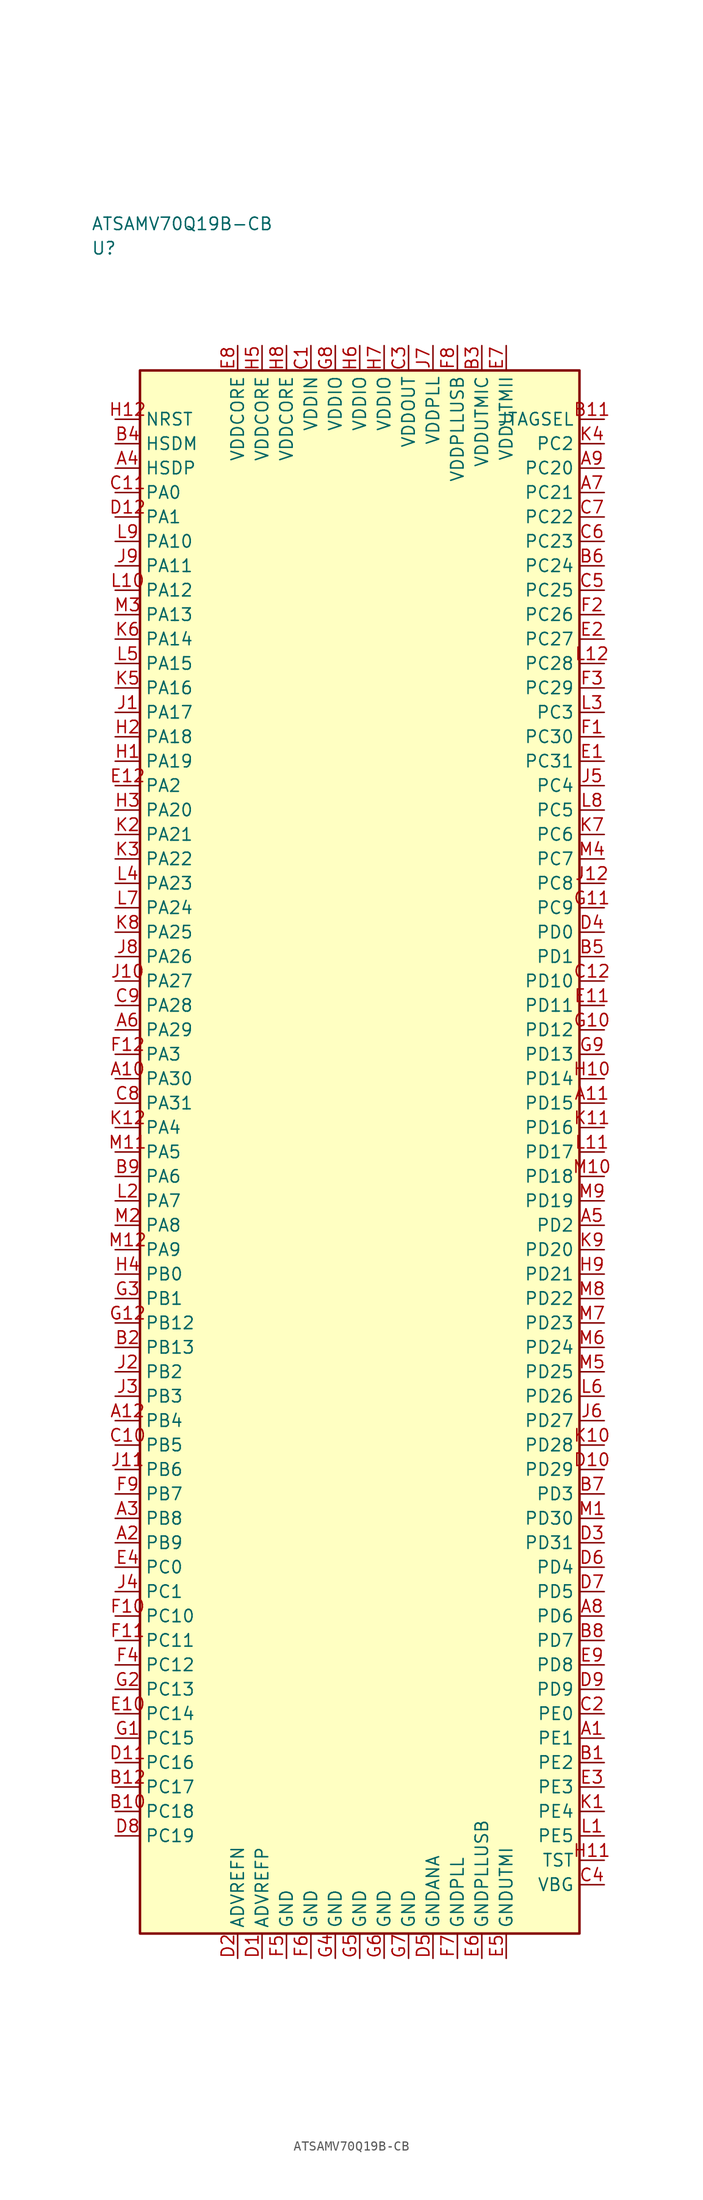
<source format=kicad_sym>
(kicad_symbol_lib
  (version 20241025)
  (generator "kicad_symbol_editor")
  (generator_version "8.0")
  (symbol "ATSAMV70Q19B-CB"
    (property "Reference" "U"
      (at -27.5 92.5 0)
      (effects (font (size 1.27 1.27)) (justify left)))
    (property "Value" "ATSAMV70Q19B-CB"
      (at -27.5 95.0 0)
      (effects (font (size 1.27 1.27)) (justify left)))
    (symbol "ATSAMV70Q19B-CB_0_1"
      (rectangle (start -22.5 80.0) (end 22.5 -80.0) (stroke (width 0.254) (type default)) (fill (type background))))
    (symbol "ATSAMV70Q19B-CB_1_1"
      (pin bidirectional line (at 25.04 -60.0 180.0) (length 2.54) (name "PE1" (effects (font (size 1.27 1.27)))) (number "A1" (effects (font (size 1.27 1.27)))))
      (pin bidirectional line (at -25.04 -40.0 0.0) (length 2.54) (name "PB9" (effects (font (size 1.27 1.27)))) (number "A2" (effects (font (size 1.27 1.27)))))
      (pin bidirectional line (at -25.04 -37.5 0.0) (length 2.54) (name "PB8" (effects (font (size 1.27 1.27)))) (number "A3" (effects (font (size 1.27 1.27)))))
      (pin bidirectional line (at -25.04 70.0 0.0) (length 2.54) (name "HSDP" (effects (font (size 1.27 1.27)))) (number "A4" (effects (font (size 1.27 1.27)))))
      (pin bidirectional line (at 25.04 -7.5 180.0) (length 2.54) (name "PD2" (effects (font (size 1.27 1.27)))) (number "A5" (effects (font (size 1.27 1.27)))))
      (pin bidirectional line (at -25.04 12.5 0.0) (length 2.54) (name "PA29" (effects (font (size 1.27 1.27)))) (number "A6" (effects (font (size 1.27 1.27)))))
      (pin bidirectional line (at 25.04 67.5 180.0) (length 2.54) (name "PC21" (effects (font (size 1.27 1.27)))) (number "A7" (effects (font (size 1.27 1.27)))))
      (pin bidirectional line (at 25.04 -47.5 180.0) (length 2.54) (name "PD6" (effects (font (size 1.27 1.27)))) (number "A8" (effects (font (size 1.27 1.27)))))
      (pin bidirectional line (at 25.04 70.0 180.0) (length 2.54) (name "PC20" (effects (font (size 1.27 1.27)))) (number "A9" (effects (font (size 1.27 1.27)))))
      (pin bidirectional line (at -25.04 7.5 0.0) (length 2.54) (name "PA30" (effects (font (size 1.27 1.27)))) (number "A10" (effects (font (size 1.27 1.27)))))
      (pin bidirectional line (at 25.04 5.0 180.0) (length 2.54) (name "PD15" (effects (font (size 1.27 1.27)))) (number "A11" (effects (font (size 1.27 1.27)))))
      (pin bidirectional line (at -25.04 -27.5 0.0) (length 2.54) (name "PB4" (effects (font (size 1.27 1.27)))) (number "A12" (effects (font (size 1.27 1.27)))))
      (pin bidirectional line (at 25.04 -62.5 180.0) (length 2.54) (name "PE2" (effects (font (size 1.27 1.27)))) (number "B1" (effects (font (size 1.27 1.27)))))
      (pin bidirectional line (at -25.04 -20.0 0.0) (length 2.54) (name "PB13" (effects (font (size 1.27 1.27)))) (number "B2" (effects (font (size 1.27 1.27)))))
      (pin power_in line (at 12.5 82.54 270.0) (length 2.54) (name "VDDUTMIC" (effects (font (size 1.27 1.27)))) (number "B3" (effects (font (size 1.27 1.27)))))
      (pin bidirectional line (at -25.04 72.5 0.0) (length 2.54) (name "HSDM" (effects (font (size 1.27 1.27)))) (number "B4" (effects (font (size 1.27 1.27)))))
      (pin bidirectional line (at 25.04 20.0 180.0) (length 2.54) (name "PD1" (effects (font (size 1.27 1.27)))) (number "B5" (effects (font (size 1.27 1.27)))))
      (pin bidirectional line (at 25.04 60.0 180.0) (length 2.54) (name "PC24" (effects (font (size 1.27 1.27)))) (number "B6" (effects (font (size 1.27 1.27)))))
      (pin bidirectional line (at 25.04 -35.0 180.0) (length 2.54) (name "PD3" (effects (font (size 1.27 1.27)))) (number "B7" (effects (font (size 1.27 1.27)))))
      (pin bidirectional line (at 25.04 -50.0 180.0) (length 2.54) (name "PD7" (effects (font (size 1.27 1.27)))) (number "B8" (effects (font (size 1.27 1.27)))))
      (pin bidirectional line (at -25.04 -2.5 0.0) (length 2.54) (name "PA6" (effects (font (size 1.27 1.27)))) (number "B9" (effects (font (size 1.27 1.27)))))
      (pin bidirectional line (at -25.04 -67.5 0.0) (length 2.54) (name "PC18" (effects (font (size 1.27 1.27)))) (number "B10" (effects (font (size 1.27 1.27)))))
      (pin output line (at 25.04 75.0 180.0) (length 2.54) (name "JTAGSEL" (effects (font (size 1.27 1.27)))) (number "B11" (effects (font (size 1.27 1.27)))))
      (pin bidirectional line (at -25.04 -65.0 0.0) (length 2.54) (name "PC17" (effects (font (size 1.27 1.27)))) (number "B12" (effects (font (size 1.27 1.27)))))
      (pin power_in line (at -5.0 82.54 270.0) (length 2.54) (name "VDDIN" (effects (font (size 1.27 1.27)))) (number "C1" (effects (font (size 1.27 1.27)))))
      (pin bidirectional line (at 25.04 -57.5 180.0) (length 2.54) (name "PE0" (effects (font (size 1.27 1.27)))) (number "C2" (effects (font (size 1.27 1.27)))))
      (pin power_in line (at 5.0 82.54 270.0) (length 2.54) (name "VDDOUT" (effects (font (size 1.27 1.27)))) (number "C3" (effects (font (size 1.27 1.27)))))
      (pin bidirectional line (at 25.04 -75.0 180.0) (length 2.54) (name "VBG" (effects (font (size 1.27 1.27)))) (number "C4" (effects (font (size 1.27 1.27)))))
      (pin bidirectional line (at 25.04 57.5 180.0) (length 2.54) (name "PC25" (effects (font (size 1.27 1.27)))) (number "C5" (effects (font (size 1.27 1.27)))))
      (pin bidirectional line (at 25.04 62.5 180.0) (length 2.54) (name "PC23" (effects (font (size 1.27 1.27)))) (number "C6" (effects (font (size 1.27 1.27)))))
      (pin bidirectional line (at 25.04 65.0 180.0) (length 2.54) (name "PC22" (effects (font (size 1.27 1.27)))) (number "C7" (effects (font (size 1.27 1.27)))))
      (pin bidirectional line (at -25.04 5.0 0.0) (length 2.54) (name "PA31" (effects (font (size 1.27 1.27)))) (number "C8" (effects (font (size 1.27 1.27)))))
      (pin bidirectional line (at -25.04 15.0 0.0) (length 2.54) (name "PA28" (effects (font (size 1.27 1.27)))) (number "C9" (effects (font (size 1.27 1.27)))))
      (pin bidirectional line (at -25.04 -30.0 0.0) (length 2.54) (name "PB5" (effects (font (size 1.27 1.27)))) (number "C10" (effects (font (size 1.27 1.27)))))
      (pin bidirectional line (at -25.04 67.5 0.0) (length 2.54) (name "PA0" (effects (font (size 1.27 1.27)))) (number "C11" (effects (font (size 1.27 1.27)))))
      (pin bidirectional line (at 25.04 17.5 180.0) (length 2.54) (name "PD10" (effects (font (size 1.27 1.27)))) (number "C12" (effects (font (size 1.27 1.27)))))
      (pin passive line (at -10.0 -82.54 90.0) (length 2.54) (name "ADVREFP" (effects (font (size 1.27 1.27)))) (number "D1" (effects (font (size 1.27 1.27)))))
      (pin passive line (at -12.5 -82.54 90.0) (length 2.54) (name "ADVREFN" (effects (font (size 1.27 1.27)))) (number "D2" (effects (font (size 1.27 1.27)))))
      (pin bidirectional line (at 25.04 -40.0 180.0) (length 2.54) (name "PD31" (effects (font (size 1.27 1.27)))) (number "D3" (effects (font (size 1.27 1.27)))))
      (pin bidirectional line (at 25.04 22.5 180.0) (length 2.54) (name "PD0" (effects (font (size 1.27 1.27)))) (number "D4" (effects (font (size 1.27 1.27)))))
      (pin passive line (at 7.5 -82.54 90.0) (length 2.54) (name "GNDANA" (effects (font (size 1.27 1.27)))) (number "D5" (effects (font (size 1.27 1.27)))))
      (pin bidirectional line (at 25.04 -42.5 180.0) (length 2.54) (name "PD4" (effects (font (size 1.27 1.27)))) (number "D6" (effects (font (size 1.27 1.27)))))
      (pin bidirectional line (at 25.04 -45.0 180.0) (length 2.54) (name "PD5" (effects (font (size 1.27 1.27)))) (number "D7" (effects (font (size 1.27 1.27)))))
      (pin bidirectional line (at -25.04 -70.0 0.0) (length 2.54) (name "PC19" (effects (font (size 1.27 1.27)))) (number "D8" (effects (font (size 1.27 1.27)))))
      (pin bidirectional line (at 25.04 -55.0 180.0) (length 2.54) (name "PD9" (effects (font (size 1.27 1.27)))) (number "D9" (effects (font (size 1.27 1.27)))))
      (pin bidirectional line (at 25.04 -32.5 180.0) (length 2.54) (name "PD29" (effects (font (size 1.27 1.27)))) (number "D10" (effects (font (size 1.27 1.27)))))
      (pin bidirectional line (at -25.04 -62.5 0.0) (length 2.54) (name "PC16" (effects (font (size 1.27 1.27)))) (number "D11" (effects (font (size 1.27 1.27)))))
      (pin bidirectional line (at -25.04 65.0 0.0) (length 2.54) (name "PA1" (effects (font (size 1.27 1.27)))) (number "D12" (effects (font (size 1.27 1.27)))))
      (pin bidirectional line (at 25.04 40.0 180.0) (length 2.54) (name "PC31" (effects (font (size 1.27 1.27)))) (number "E1" (effects (font (size 1.27 1.27)))))
      (pin bidirectional line (at 25.04 52.5 180.0) (length 2.54) (name "PC27" (effects (font (size 1.27 1.27)))) (number "E2" (effects (font (size 1.27 1.27)))))
      (pin bidirectional line (at 25.04 -65.0 180.0) (length 2.54) (name "PE3" (effects (font (size 1.27 1.27)))) (number "E3" (effects (font (size 1.27 1.27)))))
      (pin bidirectional line (at -25.04 -42.5 0.0) (length 2.54) (name "PC0" (effects (font (size 1.27 1.27)))) (number "E4" (effects (font (size 1.27 1.27)))))
      (pin passive line (at 15.0 -82.54 90.0) (length 2.54) (name "GNDUTMI" (effects (font (size 1.27 1.27)))) (number "E5" (effects (font (size 1.27 1.27)))))
      (pin passive line (at 12.5 -82.54 90.0) (length 2.54) (name "GNDPLLUSB" (effects (font (size 1.27 1.27)))) (number "E6" (effects (font (size 1.27 1.27)))))
      (pin power_in line (at 15.0 82.54 270.0) (length 2.54) (name "VDDUTMII" (effects (font (size 1.27 1.27)))) (number "E7" (effects (font (size 1.27 1.27)))))
      (pin power_in line (at -12.5 82.54 270.0) (length 2.54) (name "VDDCORE" (effects (font (size 1.27 1.27)))) (number "E8" (effects (font (size 1.27 1.27)))))
      (pin bidirectional line (at 25.04 -52.5 180.0) (length 2.54) (name "PD8" (effects (font (size 1.27 1.27)))) (number "E9" (effects (font (size 1.27 1.27)))))
      (pin bidirectional line (at -25.04 -57.5 0.0) (length 2.54) (name "PC14" (effects (font (size 1.27 1.27)))) (number "E10" (effects (font (size 1.27 1.27)))))
      (pin bidirectional line (at 25.04 15.0 180.0) (length 2.54) (name "PD11" (effects (font (size 1.27 1.27)))) (number "E11" (effects (font (size 1.27 1.27)))))
      (pin bidirectional line (at -25.04 37.5 0.0) (length 2.54) (name "PA2" (effects (font (size 1.27 1.27)))) (number "E12" (effects (font (size 1.27 1.27)))))
      (pin bidirectional line (at 25.04 42.5 180.0) (length 2.54) (name "PC30" (effects (font (size 1.27 1.27)))) (number "F1" (effects (font (size 1.27 1.27)))))
      (pin bidirectional line (at 25.04 55.0 180.0) (length 2.54) (name "PC26" (effects (font (size 1.27 1.27)))) (number "F2" (effects (font (size 1.27 1.27)))))
      (pin bidirectional line (at 25.04 47.5 180.0) (length 2.54) (name "PC29" (effects (font (size 1.27 1.27)))) (number "F3" (effects (font (size 1.27 1.27)))))
      (pin bidirectional line (at -25.04 -52.5 0.0) (length 2.54) (name "PC12" (effects (font (size 1.27 1.27)))) (number "F4" (effects (font (size 1.27 1.27)))))
      (pin passive line (at -7.5 -82.54 90.0) (length 2.54) (name "GND" (effects (font (size 1.27 1.27)))) (number "F5" (effects (font (size 1.27 1.27)))))
      (pin passive line (at -5.0 -82.54 90.0) (length 2.54) (name "GND" (effects (font (size 1.27 1.27)))) (number "F6" (effects (font (size 1.27 1.27)))))
      (pin passive line (at 10.0 -82.54 90.0) (length 2.54) (name "GNDPLL" (effects (font (size 1.27 1.27)))) (number "F7" (effects (font (size 1.27 1.27)))))
      (pin power_in line (at 10.0 82.54 270.0) (length 2.54) (name "VDDPLLUSB" (effects (font (size 1.27 1.27)))) (number "F8" (effects (font (size 1.27 1.27)))))
      (pin bidirectional line (at -25.04 -35.0 0.0) (length 2.54) (name "PB7" (effects (font (size 1.27 1.27)))) (number "F9" (effects (font (size 1.27 1.27)))))
      (pin bidirectional line (at -25.04 -47.5 0.0) (length 2.54) (name "PC10" (effects (font (size 1.27 1.27)))) (number "F10" (effects (font (size 1.27 1.27)))))
      (pin bidirectional line (at -25.04 -50.0 0.0) (length 2.54) (name "PC11" (effects (font (size 1.27 1.27)))) (number "F11" (effects (font (size 1.27 1.27)))))
      (pin bidirectional line (at -25.04 10.0 0.0) (length 2.54) (name "PA3" (effects (font (size 1.27 1.27)))) (number "F12" (effects (font (size 1.27 1.27)))))
      (pin bidirectional line (at -25.04 -60.0 0.0) (length 2.54) (name "PC15" (effects (font (size 1.27 1.27)))) (number "G1" (effects (font (size 1.27 1.27)))))
      (pin bidirectional line (at -25.04 -55.0 0.0) (length 2.54) (name "PC13" (effects (font (size 1.27 1.27)))) (number "G2" (effects (font (size 1.27 1.27)))))
      (pin bidirectional line (at -25.04 -15.0 0.0) (length 2.54) (name "PB1" (effects (font (size 1.27 1.27)))) (number "G3" (effects (font (size 1.27 1.27)))))
      (pin passive line (at -2.5 -82.54 90.0) (length 2.54) (name "GND" (effects (font (size 1.27 1.27)))) (number "G4" (effects (font (size 1.27 1.27)))))
      (pin passive line (at 0.0 -82.54 90.0) (length 2.54) (name "GND" (effects (font (size 1.27 1.27)))) (number "G5" (effects (font (size 1.27 1.27)))))
      (pin passive line (at 2.5 -82.54 90.0) (length 2.54) (name "GND" (effects (font (size 1.27 1.27)))) (number "G6" (effects (font (size 1.27 1.27)))))
      (pin passive line (at 5.0 -82.54 90.0) (length 2.54) (name "GND" (effects (font (size 1.27 1.27)))) (number "G7" (effects (font (size 1.27 1.27)))))
      (pin power_in line (at -2.5 82.54 270.0) (length 2.54) (name "VDDIO" (effects (font (size 1.27 1.27)))) (number "G8" (effects (font (size 1.27 1.27)))))
      (pin bidirectional line (at 25.04 10.0 180.0) (length 2.54) (name "PD13" (effects (font (size 1.27 1.27)))) (number "G9" (effects (font (size 1.27 1.27)))))
      (pin bidirectional line (at 25.04 12.5 180.0) (length 2.54) (name "PD12" (effects (font (size 1.27 1.27)))) (number "G10" (effects (font (size 1.27 1.27)))))
      (pin bidirectional line (at 25.04 25.0 180.0) (length 2.54) (name "PC9" (effects (font (size 1.27 1.27)))) (number "G11" (effects (font (size 1.27 1.27)))))
      (pin bidirectional line (at -25.04 -17.5 0.0) (length 2.54) (name "PB12" (effects (font (size 1.27 1.27)))) (number "G12" (effects (font (size 1.27 1.27)))))
      (pin bidirectional line (at -25.04 40.0 0.0) (length 2.54) (name "PA19" (effects (font (size 1.27 1.27)))) (number "H1" (effects (font (size 1.27 1.27)))))
      (pin bidirectional line (at -25.04 42.5 0.0) (length 2.54) (name "PA18" (effects (font (size 1.27 1.27)))) (number "H2" (effects (font (size 1.27 1.27)))))
      (pin bidirectional line (at -25.04 35.0 0.0) (length 2.54) (name "PA20" (effects (font (size 1.27 1.27)))) (number "H3" (effects (font (size 1.27 1.27)))))
      (pin bidirectional line (at -25.04 -12.5 0.0) (length 2.54) (name "PB0" (effects (font (size 1.27 1.27)))) (number "H4" (effects (font (size 1.27 1.27)))))
      (pin power_in line (at -10.0 82.54 270.0) (length 2.54) (name "VDDCORE" (effects (font (size 1.27 1.27)))) (number "H5" (effects (font (size 1.27 1.27)))))
      (pin power_in line (at 0.0 82.54 270.0) (length 2.54) (name "VDDIO" (effects (font (size 1.27 1.27)))) (number "H6" (effects (font (size 1.27 1.27)))))
      (pin power_in line (at 2.5 82.54 270.0) (length 2.54) (name "VDDIO" (effects (font (size 1.27 1.27)))) (number "H7" (effects (font (size 1.27 1.27)))))
      (pin power_in line (at -7.5 82.54 270.0) (length 2.54) (name "VDDCORE" (effects (font (size 1.27 1.27)))) (number "H8" (effects (font (size 1.27 1.27)))))
      (pin bidirectional line (at 25.04 -12.5 180.0) (length 2.54) (name "PD21" (effects (font (size 1.27 1.27)))) (number "H9" (effects (font (size 1.27 1.27)))))
      (pin bidirectional line (at 25.04 7.5 180.0) (length 2.54) (name "PD14" (effects (font (size 1.27 1.27)))) (number "H10" (effects (font (size 1.27 1.27)))))
      (pin bidirectional line (at 25.04 -72.5 180.0) (length 2.54) (name "TST" (effects (font (size 1.27 1.27)))) (number "H11" (effects (font (size 1.27 1.27)))))
      (pin input line (at -25.04 75.0 0.0) (length 2.54) (name "NRST" (effects (font (size 1.27 1.27)))) (number "H12" (effects (font (size 1.27 1.27)))))
      (pin bidirectional line (at -25.04 45.0 0.0) (length 2.54) (name "PA17" (effects (font (size 1.27 1.27)))) (number "J1" (effects (font (size 1.27 1.27)))))
      (pin bidirectional line (at -25.04 -22.5 0.0) (length 2.54) (name "PB2" (effects (font (size 1.27 1.27)))) (number "J2" (effects (font (size 1.27 1.27)))))
      (pin bidirectional line (at -25.04 -25.0 0.0) (length 2.54) (name "PB3" (effects (font (size 1.27 1.27)))) (number "J3" (effects (font (size 1.27 1.27)))))
      (pin bidirectional line (at -25.04 -45.0 0.0) (length 2.54) (name "PC1" (effects (font (size 1.27 1.27)))) (number "J4" (effects (font (size 1.27 1.27)))))
      (pin bidirectional line (at 25.04 37.5 180.0) (length 2.54) (name "PC4" (effects (font (size 1.27 1.27)))) (number "J5" (effects (font (size 1.27 1.27)))))
      (pin bidirectional line (at 25.04 -27.5 180.0) (length 2.54) (name "PD27" (effects (font (size 1.27 1.27)))) (number "J6" (effects (font (size 1.27 1.27)))))
      (pin power_in line (at 7.5 82.54 270.0) (length 2.54) (name "VDDPLL" (effects (font (size 1.27 1.27)))) (number "J7" (effects (font (size 1.27 1.27)))))
      (pin bidirectional line (at -25.04 20.0 0.0) (length 2.54) (name "PA26" (effects (font (size 1.27 1.27)))) (number "J8" (effects (font (size 1.27 1.27)))))
      (pin bidirectional line (at -25.04 60.0 0.0) (length 2.54) (name "PA11" (effects (font (size 1.27 1.27)))) (number "J9" (effects (font (size 1.27 1.27)))))
      (pin bidirectional line (at -25.04 17.5 0.0) (length 2.54) (name "PA27" (effects (font (size 1.27 1.27)))) (number "J10" (effects (font (size 1.27 1.27)))))
      (pin bidirectional line (at -25.04 -32.5 0.0) (length 2.54) (name "PB6" (effects (font (size 1.27 1.27)))) (number "J11" (effects (font (size 1.27 1.27)))))
      (pin bidirectional line (at 25.04 27.5 180.0) (length 2.54) (name "PC8" (effects (font (size 1.27 1.27)))) (number "J12" (effects (font (size 1.27 1.27)))))
      (pin bidirectional line (at 25.04 -67.5 180.0) (length 2.54) (name "PE4" (effects (font (size 1.27 1.27)))) (number "K1" (effects (font (size 1.27 1.27)))))
      (pin bidirectional line (at -25.04 32.5 0.0) (length 2.54) (name "PA21" (effects (font (size 1.27 1.27)))) (number "K2" (effects (font (size 1.27 1.27)))))
      (pin bidirectional line (at -25.04 30.0 0.0) (length 2.54) (name "PA22" (effects (font (size 1.27 1.27)))) (number "K3" (effects (font (size 1.27 1.27)))))
      (pin bidirectional line (at 25.04 72.5 180.0) (length 2.54) (name "PC2" (effects (font (size 1.27 1.27)))) (number "K4" (effects (font (size 1.27 1.27)))))
      (pin bidirectional line (at -25.04 47.5 0.0) (length 2.54) (name "PA16" (effects (font (size 1.27 1.27)))) (number "K5" (effects (font (size 1.27 1.27)))))
      (pin bidirectional line (at -25.04 52.5 0.0) (length 2.54) (name "PA14" (effects (font (size 1.27 1.27)))) (number "K6" (effects (font (size 1.27 1.27)))))
      (pin bidirectional line (at 25.04 32.5 180.0) (length 2.54) (name "PC6" (effects (font (size 1.27 1.27)))) (number "K7" (effects (font (size 1.27 1.27)))))
      (pin bidirectional line (at -25.04 22.5 0.0) (length 2.54) (name "PA25" (effects (font (size 1.27 1.27)))) (number "K8" (effects (font (size 1.27 1.27)))))
      (pin bidirectional line (at 25.04 -10.0 180.0) (length 2.54) (name "PD20" (effects (font (size 1.27 1.27)))) (number "K9" (effects (font (size 1.27 1.27)))))
      (pin bidirectional line (at 25.04 -30.0 180.0) (length 2.54) (name "PD28" (effects (font (size 1.27 1.27)))) (number "K10" (effects (font (size 1.27 1.27)))))
      (pin bidirectional line (at 25.04 2.5 180.0) (length 2.54) (name "PD16" (effects (font (size 1.27 1.27)))) (number "K11" (effects (font (size 1.27 1.27)))))
      (pin bidirectional line (at -25.04 2.5 0.0) (length 2.54) (name "PA4" (effects (font (size 1.27 1.27)))) (number "K12" (effects (font (size 1.27 1.27)))))
      (pin bidirectional line (at 25.04 -70.0 180.0) (length 2.54) (name "PE5" (effects (font (size 1.27 1.27)))) (number "L1" (effects (font (size 1.27 1.27)))))
      (pin bidirectional line (at -25.04 -5.0 0.0) (length 2.54) (name "PA7" (effects (font (size 1.27 1.27)))) (number "L2" (effects (font (size 1.27 1.27)))))
      (pin bidirectional line (at 25.04 45.0 180.0) (length 2.54) (name "PC3" (effects (font (size 1.27 1.27)))) (number "L3" (effects (font (size 1.27 1.27)))))
      (pin bidirectional line (at -25.04 27.5 0.0) (length 2.54) (name "PA23" (effects (font (size 1.27 1.27)))) (number "L4" (effects (font (size 1.27 1.27)))))
      (pin bidirectional line (at -25.04 50.0 0.0) (length 2.54) (name "PA15" (effects (font (size 1.27 1.27)))) (number "L5" (effects (font (size 1.27 1.27)))))
      (pin bidirectional line (at 25.04 -25.0 180.0) (length 2.54) (name "PD26" (effects (font (size 1.27 1.27)))) (number "L6" (effects (font (size 1.27 1.27)))))
      (pin bidirectional line (at -25.04 25.0 0.0) (length 2.54) (name "PA24" (effects (font (size 1.27 1.27)))) (number "L7" (effects (font (size 1.27 1.27)))))
      (pin bidirectional line (at 25.04 35.0 180.0) (length 2.54) (name "PC5" (effects (font (size 1.27 1.27)))) (number "L8" (effects (font (size 1.27 1.27)))))
      (pin bidirectional line (at -25.04 62.5 0.0) (length 2.54) (name "PA10" (effects (font (size 1.27 1.27)))) (number "L9" (effects (font (size 1.27 1.27)))))
      (pin bidirectional line (at -25.04 57.5 0.0) (length 2.54) (name "PA12" (effects (font (size 1.27 1.27)))) (number "L10" (effects (font (size 1.27 1.27)))))
      (pin bidirectional line (at 25.04 0.0 180.0) (length 2.54) (name "PD17" (effects (font (size 1.27 1.27)))) (number "L11" (effects (font (size 1.27 1.27)))))
      (pin bidirectional line (at 25.04 50.0 180.0) (length 2.54) (name "PC28" (effects (font (size 1.27 1.27)))) (number "L12" (effects (font (size 1.27 1.27)))))
      (pin bidirectional line (at 25.04 -37.5 180.0) (length 2.54) (name "PD30" (effects (font (size 1.27 1.27)))) (number "M1" (effects (font (size 1.27 1.27)))))
      (pin bidirectional line (at -25.04 -7.5 0.0) (length 2.54) (name "PA8" (effects (font (size 1.27 1.27)))) (number "M2" (effects (font (size 1.27 1.27)))))
      (pin bidirectional line (at -25.04 55.0 0.0) (length 2.54) (name "PA13" (effects (font (size 1.27 1.27)))) (number "M3" (effects (font (size 1.27 1.27)))))
      (pin bidirectional line (at 25.04 30.0 180.0) (length 2.54) (name "PC7" (effects (font (size 1.27 1.27)))) (number "M4" (effects (font (size 1.27 1.27)))))
      (pin bidirectional line (at 25.04 -22.5 180.0) (length 2.54) (name "PD25" (effects (font (size 1.27 1.27)))) (number "M5" (effects (font (size 1.27 1.27)))))
      (pin bidirectional line (at 25.04 -20.0 180.0) (length 2.54) (name "PD24" (effects (font (size 1.27 1.27)))) (number "M6" (effects (font (size 1.27 1.27)))))
      (pin bidirectional line (at 25.04 -17.5 180.0) (length 2.54) (name "PD23" (effects (font (size 1.27 1.27)))) (number "M7" (effects (font (size 1.27 1.27)))))
      (pin bidirectional line (at 25.04 -15.0 180.0) (length 2.54) (name "PD22" (effects (font (size 1.27 1.27)))) (number "M8" (effects (font (size 1.27 1.27)))))
      (pin bidirectional line (at 25.04 -5.0 180.0) (length 2.54) (name "PD19" (effects (font (size 1.27 1.27)))) (number "M9" (effects (font (size 1.27 1.27)))))
      (pin bidirectional line (at 25.04 -2.5 180.0) (length 2.54) (name "PD18" (effects (font (size 1.27 1.27)))) (number "M10" (effects (font (size 1.27 1.27)))))
      (pin bidirectional line (at -25.04 0.0 0.0) (length 2.54) (name "PA5" (effects (font (size 1.27 1.27)))) (number "M11" (effects (font (size 1.27 1.27)))))
      (pin bidirectional line (at -25.04 -10.0 0.0) (length 2.54) (name "PA9" (effects (font (size 1.27 1.27)))) (number "M12" (effects (font (size 1.27 1.27))))))))
</source>
